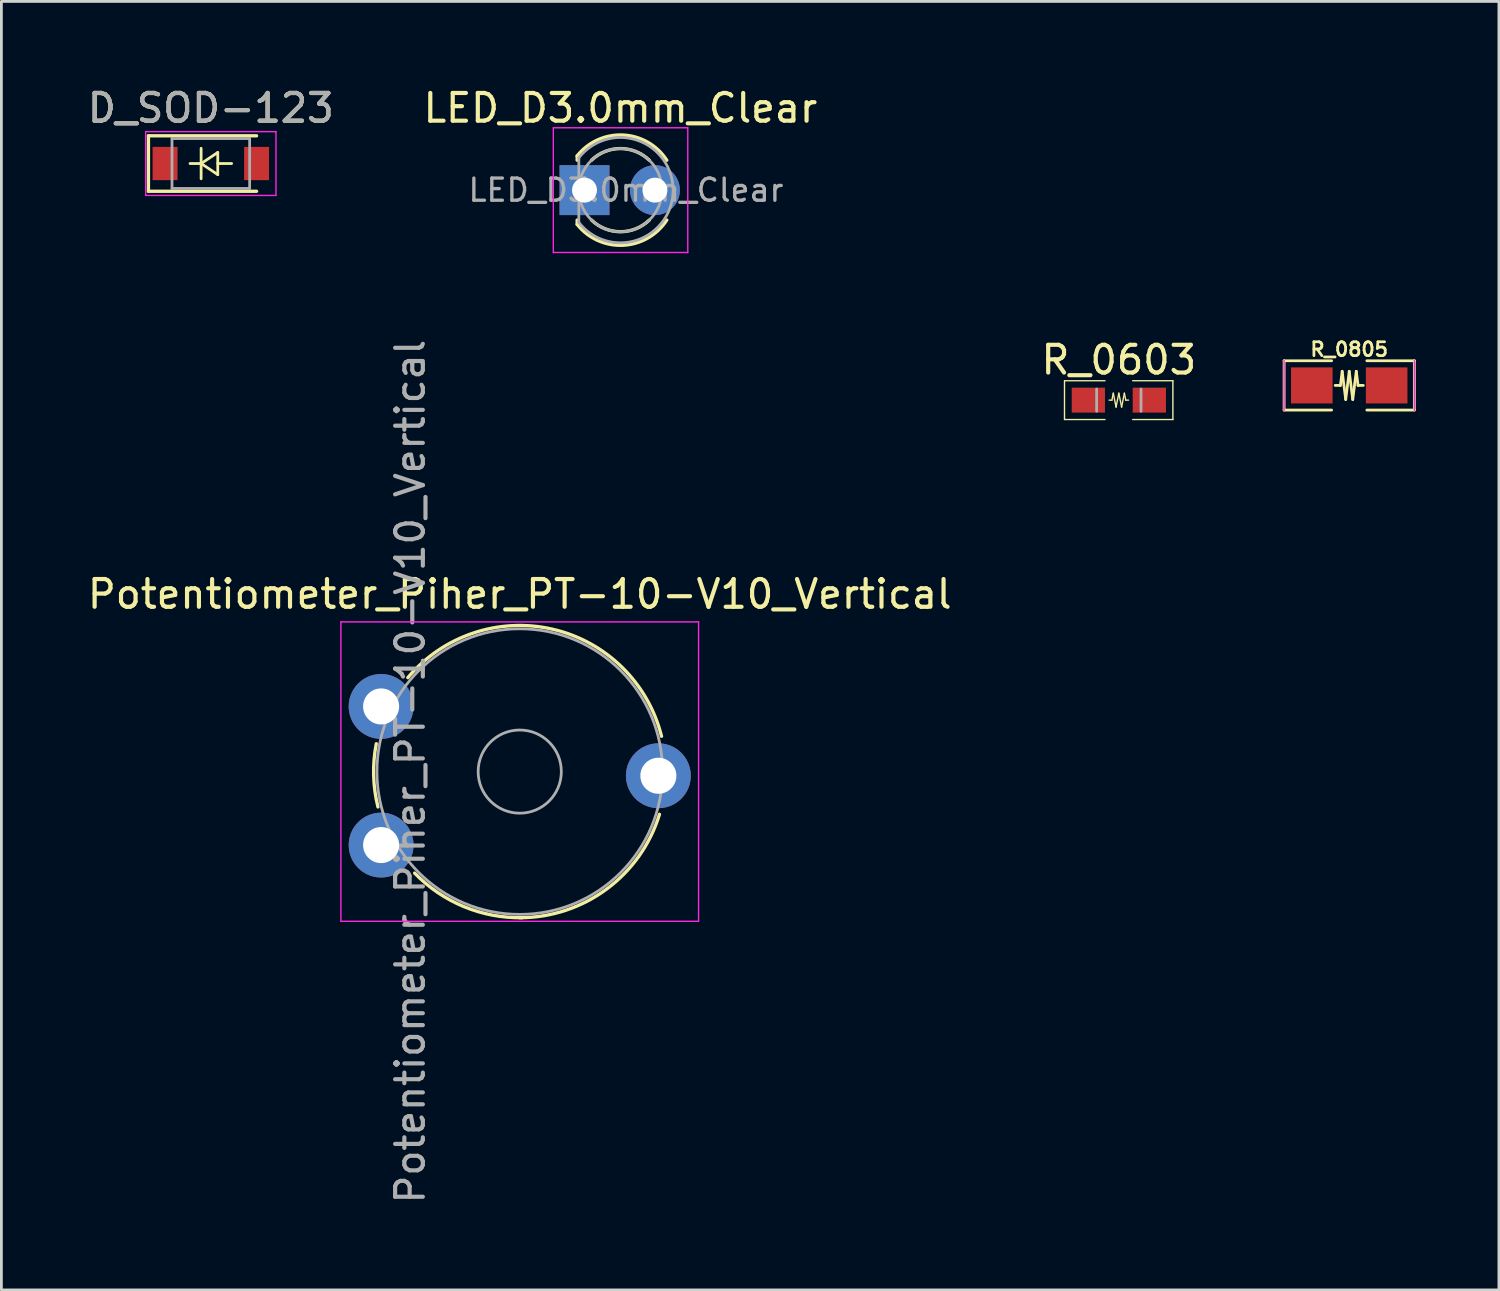
<source format=kicad_pcb>
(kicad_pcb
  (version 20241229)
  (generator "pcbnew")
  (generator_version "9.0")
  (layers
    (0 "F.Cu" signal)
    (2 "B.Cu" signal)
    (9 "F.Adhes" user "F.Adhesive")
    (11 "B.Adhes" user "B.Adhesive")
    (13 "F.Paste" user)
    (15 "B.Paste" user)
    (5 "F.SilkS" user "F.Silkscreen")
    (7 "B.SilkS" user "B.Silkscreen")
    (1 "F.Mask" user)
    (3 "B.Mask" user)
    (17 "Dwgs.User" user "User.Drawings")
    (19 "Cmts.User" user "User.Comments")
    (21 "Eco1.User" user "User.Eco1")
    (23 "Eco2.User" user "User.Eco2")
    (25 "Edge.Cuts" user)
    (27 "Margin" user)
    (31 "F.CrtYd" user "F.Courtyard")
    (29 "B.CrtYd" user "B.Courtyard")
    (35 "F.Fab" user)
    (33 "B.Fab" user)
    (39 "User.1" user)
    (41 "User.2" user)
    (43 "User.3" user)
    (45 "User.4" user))
  (footprint "Potentiometer_Piher_PT-10-V10_Vertical"
    (layer "F.Cu")
    (at 10.696 27.43)
    (property "Reference" "Potentiometer_Piher_PT-10-V10_Vertical" (at 5 -9.05 0) (layer "F.SilkS") (effects (font (size 1 1) (thickness 0.15))))
    (attr through_hole)
    (fp_arc (start -0.11439 -1.375119) (mid -0.269093 -2.512295) (end -0.174 -3.656) (stroke (width 0.12) (type solid)) (layer "F.SilkS"))
    (fp_arc (start 0.963379 -6.038474) (mid 6.186565 -7.784991) (end 10.114 -3.924) (stroke (width 0.12) (type solid)) (layer "F.SilkS"))
    (fp_arc (start 5.09203 2.619358) (mid 2.983245 2.219015) (end 1.209 1.011) (stroke (width 0.12) (type solid)) (layer "F.SilkS"))
    (fp_arc (start 10.039726 -1.109201) (mid 8.134716 1.586326) (end 5 2.62) (stroke (width 0.12) (type solid)) (layer "F.SilkS"))
    (fp_line (start -1.45 -8.05) (end -1.45 2.75) (stroke (width 0.05) (type solid)) (layer "F.CrtYd"))
    (fp_line (start -1.45 2.75) (end 11.45 2.75) (stroke (width 0.05) (type solid)) (layer "F.CrtYd"))
    (fp_line (start 11.45 -8.05) (end -1.45 -8.05) (stroke (width 0.05) (type solid)) (layer "F.CrtYd"))
    (fp_line (start 11.45 2.75) (end 11.45 -8.05) (stroke (width 0.05) (type solid)) (layer "F.CrtYd"))
    (fp_circle (center 5 -2.65) (end 6.5 -2.65) (stroke (width 0.1) (type solid)) (fill no) (layer "F.Fab"))
    (fp_circle (center 5 -2.65) (end 10.15 -2.65) (stroke (width 0.1) (type solid)) (fill no) (layer "F.Fab"))
    (fp_text user "${REFERENCE}" (at 1.05 -2.65 90) (layer "F.Fab") (effects (font (size 1 1) (thickness 0.15))))
    (pad "1" thru_hole circle (at 0 0) (size 2.34 2.34) (drill 1.3) (layers "*.Cu" "*.Mask"))
    (pad "2" thru_hole circle (at 10 -2.5) (size 2.34 2.34) (drill 1.3) (layers "*.Cu" "*.Mask"))
    (pad "3" thru_hole circle (at 0 -5) (size 2.34 2.34) (drill 1.3) (layers "*.Cu" "*.Mask")))
  (footprint "LED_D3.0mm_Clear"
    (layer "F.Cu")
    (at 19.302 3.808)
    (property "Reference" "LED_D3.0mm_Clear" (at 0.025 -2.96 0) (layer "F.SilkS") (effects (font (size 1 1) (thickness 0.15))))
    (attr through_hole)
    (fp_line (start -1.535 -1.236) (end -1.535 -1.08) (stroke (width 0.12) (type solid)) (layer "F.SilkS"))
    (fp_line (start -1.535 1.08) (end -1.535 1.236) (stroke (width 0.12) (type solid)) (layer "F.SilkS"))
    (fp_arc (start -1.5346 -1.235516) (mid 0.121887 -1.987659) (end 1.697735 -1.078608) (stroke (width 0.12) (type solid)) (layer "F.SilkS"))
    (fp_arc (start -1.015561 -1.08) (mid 0.025517 -1.5) (end 1.06653 -1.079837) (stroke (width 0.12) (type solid)) (layer "F.SilkS"))
    (fp_arc (start 1.06653 1.079837) (mid 0.025517 1.5) (end -1.015561 1.08) (stroke (width 0.12) (type solid)) (layer "F.SilkS"))
    (fp_arc (start 1.697735 1.078608) (mid 0.121887 1.987659) (end -1.5346 1.235516) (stroke (width 0.12) (type solid)) (layer "F.SilkS"))
    (fp_line (start -2.395 -2.25) (end -2.395 2.25) (stroke (width 0.05) (type solid)) (layer "F.CrtYd"))
    (fp_line (start -2.395 2.25) (end 2.455 2.25) (stroke (width 0.05) (type solid)) (layer "F.CrtYd"))
    (fp_line (start 2.455 -2.25) (end -2.395 -2.25) (stroke (width 0.05) (type solid)) (layer "F.CrtYd"))
    (fp_line (start 2.455 2.25) (end 2.455 -2.25) (stroke (width 0.05) (type solid)) (layer "F.CrtYd"))
    (fp_line (start -1.475 -1.166) (end -1.475 1.166) (stroke (width 0.1) (type solid)) (layer "F.Fab"))
    (fp_arc (start -1.4746 -1.16619) (mid 1.9254 0.000452) (end -1.475155 1.165476) (stroke (width 0.1) (type solid)) (layer "F.Fab"))
    (fp_circle (center 0.025 0) (end 1.525 0) (stroke (width 0.1) (type solid)) (fill no) (layer "F.Fab"))
    (fp_text user "${REFERENCE}" (at 0.225 0 0) (layer "F.Fab") (effects (font (size 0.8 0.8) (thickness 0.12))))
    (pad "1" thru_hole rect (at -1.27 0) (size 1.8 1.8) (drill 0.9) (layers "*.Cu" "*.Mask"))
    (pad "2" thru_hole circle (at 1.27 0) (size 1.8 1.8) (drill 0.9) (layers "*.Cu" "*.Mask")))
  (footprint "R_0603"
    (layer "F.Cu")
    (at 37.304 11.382)
    (property "Reference" "R_0603" (at 0 -1.45 0) (layer "F.SilkS") (effects (font (size 1 1) (thickness 0.15))))
    (attr smd)
    (fp_line (start -1.96 -0.7) (end -1.96 0.7) (stroke (width 0.05) (type solid)) (layer "F.SilkS"))
    (fp_line (start -1.95 -0.7) (end -0.5 -0.7) (stroke (width 0.05) (type solid)) (layer "F.SilkS"))
    (fp_line (start -1.95 0.7) (end -0.5 0.7) (stroke (width 0.05) (type solid)) (layer "F.SilkS"))
    (fp_line (start -0.25 0) (end -0.35 0) (stroke (width 0.05) (type solid)) (layer "F.SilkS"))
    (fp_line (start -0.2 -0.25) (end -0.25 0) (stroke (width 0.05) (type solid)) (layer "F.SilkS"))
    (fp_line (start -0.1 0.25) (end -0.2 -0.25) (stroke (width 0.05) (type solid)) (layer "F.SilkS"))
    (fp_line (start 0 -0.25) (end -0.1 0.25) (stroke (width 0.05) (type solid)) (layer "F.SilkS"))
    (fp_line (start 0.1 0.25) (end 0 -0.25) (stroke (width 0.05) (type solid)) (layer "F.SilkS"))
    (fp_line (start 0.2 -0.25) (end 0.1 0.25) (stroke (width 0.05) (type solid)) (layer "F.SilkS"))
    (fp_line (start 0.25 0) (end 0.2 -0.25) (stroke (width 0.05) (type solid)) (layer "F.SilkS"))
    (fp_line (start 0.35 0) (end 0.25 0) (stroke (width 0.05) (type solid)) (layer "F.SilkS"))
    (fp_line (start 1.95 -0.7) (end 0.5 -0.7) (stroke (width 0.05) (type solid)) (layer "F.SilkS"))
    (fp_line (start 1.95 0.7) (end 0.5 0.7) (stroke (width 0.05) (type solid)) (layer "F.SilkS"))
    (fp_line (start 1.95 0.7) (end 1.95 -0.7) (stroke (width 0.05) (type solid)) (layer "F.SilkS"))
    (fp_line (start -0.8 0.4) (end -0.8 -0.4) (stroke (width 0.1) (type solid)) (layer "F.Fab"))
    (fp_line (start 0.8 -0.4) (end 0.8 0.4) (stroke (width 0.1) (type solid)) (layer "F.Fab"))
    (pad "1" smd rect (at -1.1 0) (size 1.2 0.9) (layers "F.Cu" "F.Mask" "F.Paste"))
    (pad "2" smd rect (at 1.1 0) (size 1.2 0.9) (layers "F.Cu" "F.Mask" "F.Paste")))
  (footprint "D_SOD-123"
    (layer "F.Cu")
    (at 4.554 2.848)
    (property "Reference" "D_SOD-123" (at 0 -2 0) (layer "F.SilkS") (effects (font (size 1 1) (thickness 0.15))))
    (attr smd)
    (fp_line (start -2.25 -1) (end -2.25 1) (stroke (width 0.12) (type solid)) (layer "F.SilkS"))
    (fp_line (start -2.25 -1) (end 1.65 -1) (stroke (width 0.12) (type solid)) (layer "F.SilkS"))
    (fp_line (start -2.25 1) (end 1.65 1) (stroke (width 0.12) (type solid)) (layer "F.SilkS"))
    (fp_line (start -0.75 0) (end -0.35 0) (stroke (width 0.1) (type solid)) (layer "F.SilkS"))
    (fp_line (start -0.35 0) (end -0.35 -0.55) (stroke (width 0.1) (type solid)) (layer "F.SilkS"))
    (fp_line (start -0.35 0) (end -0.35 0.55) (stroke (width 0.1) (type solid)) (layer "F.SilkS"))
    (fp_line (start -0.35 0) (end 0.25 -0.4) (stroke (width 0.1) (type solid)) (layer "F.SilkS"))
    (fp_line (start 0.25 -0.4) (end 0.25 0.4) (stroke (width 0.1) (type solid)) (layer "F.SilkS"))
    (fp_line (start 0.25 0) (end 0.75 0) (stroke (width 0.1) (type solid)) (layer "F.SilkS"))
    (fp_line (start 0.25 0.4) (end -0.35 0) (stroke (width 0.1) (type solid)) (layer "F.SilkS"))
    (fp_line (start -2.35 -1.15) (end -2.35 1.15) (stroke (width 0.05) (type solid)) (layer "F.CrtYd"))
    (fp_line (start -2.35 -1.15) (end 2.35 -1.15) (stroke (width 0.05) (type solid)) (layer "F.CrtYd"))
    (fp_line (start 2.35 -1.15) (end 2.35 1.15) (stroke (width 0.05) (type solid)) (layer "F.CrtYd"))
    (fp_line (start 2.35 1.15) (end -2.35 1.15) (stroke (width 0.05) (type solid)) (layer "F.CrtYd"))
    (fp_line (start -1.4 -0.9) (end 1.4 -0.9) (stroke (width 0.1) (type solid)) (layer "F.Fab"))
    (fp_line (start -1.4 0.9) (end -1.4 -0.9) (stroke (width 0.1) (type solid)) (layer "F.Fab"))
    (fp_line (start 1.4 -0.9) (end 1.4 0.9) (stroke (width 0.1) (type solid)) (layer "F.Fab"))
    (fp_line (start 1.4 0.9) (end -1.4 0.9) (stroke (width 0.1) (type solid)) (layer "F.Fab"))
    (fp_text user "${REFERENCE}" (at 0 -2 0) (layer "F.Fab") (effects (font (size 1 1) (thickness 0.15))))
    (pad "1" smd rect (at -1.65 0) (size 0.9 1.2) (layers "F.Cu" "F.Mask" "F.Paste"))
    (pad "2" smd rect (at 1.65 0) (size 0.9 1.2) (layers "F.Cu" "F.Mask" "F.Paste")))
  (footprint "R_0805"
    (layer "F.Cu")
    (at 45.614 10.851)
    (property "Reference" "R_0805" (at 0 -1.3 0) (layer "F.SilkS") (effects (font (size 0.5 0.5) (thickness 0.1))))
    (attr smd)
    (fp_line (start -2.349 -0.889) (end -2.349 0.889) (stroke (width 0.1) (type solid)) (layer "F.SilkS"))
    (fp_line (start -2.349 0.889) (end -0.635 0.889) (stroke (width 0.1) (type solid)) (layer "F.SilkS"))
    (fp_line (start -0.635 -0.889) (end -2.349 -0.889) (stroke (width 0.1) (type solid)) (layer "F.SilkS"))
    (fp_line (start -0.318 0) (end -0.508 0) (stroke (width 0.1) (type solid)) (layer "F.SilkS"))
    (fp_line (start -0.254 -0.508) (end -0.318 0) (stroke (width 0.1) (type solid)) (layer "F.SilkS"))
    (fp_line (start -0.127 0.508) (end -0.254 -0.508) (stroke (width 0.1) (type solid)) (layer "F.SilkS"))
    (fp_line (start 0 -0.508) (end -0.127 0.508) (stroke (width 0.1) (type solid)) (layer "F.SilkS"))
    (fp_line (start 0 -0.508) (end 0.127 0.508) (stroke (width 0.1) (type solid)) (layer "F.SilkS"))
    (fp_line (start 0.127 0.508) (end 0.254 -0.508) (stroke (width 0.1) (type solid)) (layer "F.SilkS"))
    (fp_line (start 0.254 -0.508) (end 0.318 0) (stroke (width 0.1) (type solid)) (layer "F.SilkS"))
    (fp_line (start 0.318 0) (end 0.508 0) (stroke (width 0.1) (type solid)) (layer "F.SilkS"))
    (fp_line (start 0.635 -0.889) (end 2.349 -0.889) (stroke (width 0.1) (type solid)) (layer "F.SilkS"))
    (fp_line (start 2.349 -0.889) (end 2.349 0.889) (stroke (width 0.1) (type solid)) (layer "F.SilkS"))
    (fp_line (start 2.349 0.889) (end 0.635 0.889) (stroke (width 0.1) (type solid)) (layer "F.SilkS"))
    (fp_line (start -2.35 -0.9) (end -2.35 0.9) (stroke (width 0.05) (type solid)) (layer "F.CrtYd"))
    (fp_line (start 2.35 0.9) (end 2.35 -0.9) (stroke (width 0.05) (type solid)) (layer "F.CrtYd"))
    (pad "1" smd rect (at -1.35 0) (size 1.5 1.3) (layers "F.Cu" "F.Mask" "F.Paste"))
    (pad "2" smd rect (at 1.35 0) (size 1.5 1.3) (layers "F.Cu" "F.Mask" "F.Paste")))
  (gr_rect
    (start -3 -3)
    (end 51.013 43.476)
    (stroke (width 0.1) (type default))
    (fill no)
    (layer "Edge.Cuts")))
</source>
